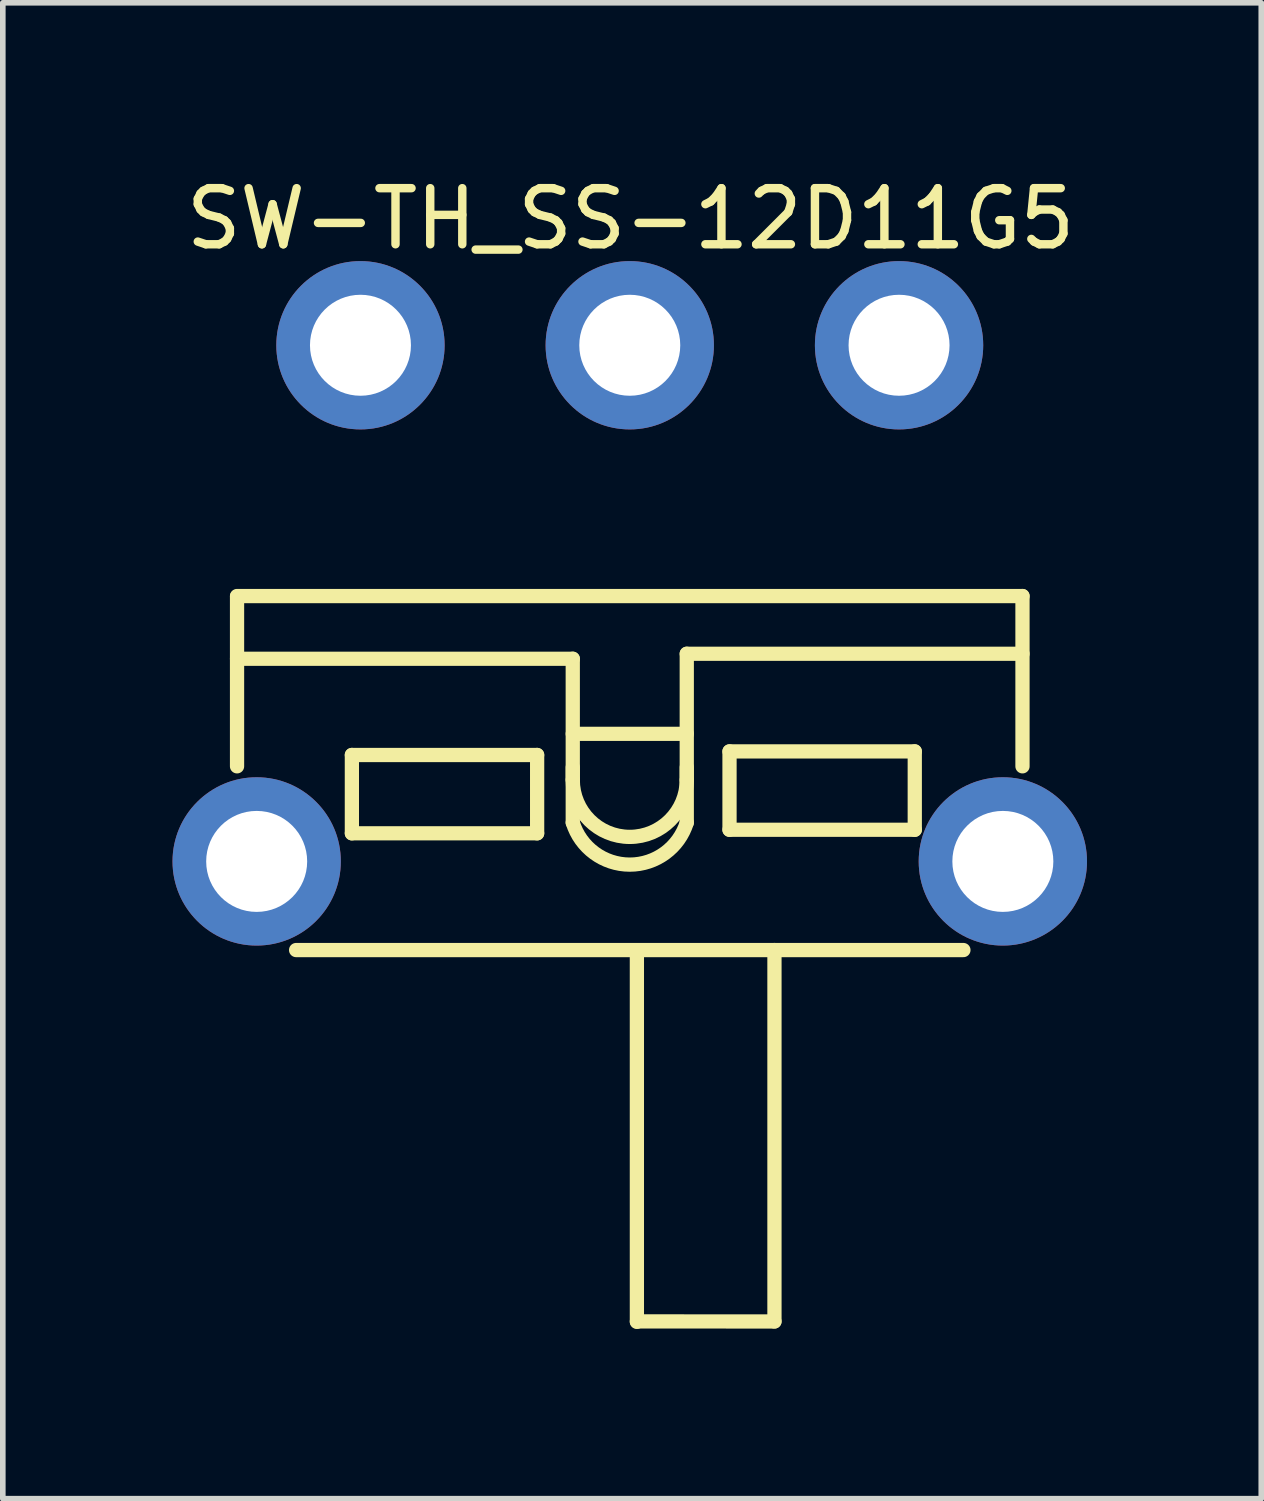
<source format=kicad_pcb>
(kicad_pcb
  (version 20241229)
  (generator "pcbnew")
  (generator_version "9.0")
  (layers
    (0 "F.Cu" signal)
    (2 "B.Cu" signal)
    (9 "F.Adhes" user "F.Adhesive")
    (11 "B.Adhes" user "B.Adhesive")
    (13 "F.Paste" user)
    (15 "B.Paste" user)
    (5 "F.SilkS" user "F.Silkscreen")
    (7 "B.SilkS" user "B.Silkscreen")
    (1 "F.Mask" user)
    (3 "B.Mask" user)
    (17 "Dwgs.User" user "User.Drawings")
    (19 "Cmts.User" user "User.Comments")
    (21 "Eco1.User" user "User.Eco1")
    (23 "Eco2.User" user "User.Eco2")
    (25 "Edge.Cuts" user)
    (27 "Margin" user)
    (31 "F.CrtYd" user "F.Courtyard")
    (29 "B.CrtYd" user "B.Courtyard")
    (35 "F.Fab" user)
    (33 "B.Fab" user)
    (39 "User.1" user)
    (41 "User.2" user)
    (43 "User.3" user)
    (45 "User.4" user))
  (footprint "SW-TH_SS-12D11G5"
    (layer "F.Cu")
    (at 8.175 7.704)
    (property "Reference" "SW-TH_SS-12D11G5" (at 0.015 -6.855 0) (layer "F.SilkS") (effects (font (size 1 1) (thickness 0.15))))
    (fp_line (start -7 -0.13) (end 7 -0.13) (stroke (width 0.254) (type default)) (layer "F.SilkS"))
    (fp_line (start -7 2.905) (end -7 -0.12) (stroke (width 0.254) (type default)) (layer "F.SilkS"))
    (fp_line (start -4.953 2.703) (end -1.651 2.703) (stroke (width 0.254) (type default)) (layer "F.SilkS"))
    (fp_line (start -4.953 4.099) (end -4.953 2.703) (stroke (width 0.254) (type default)) (layer "F.SilkS"))
    (fp_line (start -1.651 2.703) (end -1.651 4.099) (stroke (width 0.254) (type default)) (layer "F.SilkS"))
    (fp_line (start -1.651 4.099) (end -4.953 4.099) (stroke (width 0.254) (type default)) (layer "F.SilkS"))
    (fp_line (start -1.016 0.988) (end -7 0.988) (stroke (width 0.254) (type default)) (layer "F.SilkS"))
    (fp_line (start -1.016 2.924) (end -1.016 3.909) (stroke (width 0.254) (type default)) (layer "F.SilkS"))
    (fp_line (start -1.016 3.147) (end -1.016 0.988) (stroke (width 0.254) (type default)) (layer "F.SilkS"))
    (fp_line (start 0.127 6.187) (end 0.127 12.807) (stroke (width 0.254) (type default)) (layer "F.SilkS"))
    (fp_line (start 1.016 0.899) (end 1.016 3.147) (stroke (width 0.254) (type default)) (layer "F.SilkS"))
    (fp_line (start 1.016 2.326) (end -1.016 2.326) (stroke (width 0.254) (type default)) (layer "F.SilkS"))
    (fp_line (start 1.016 2.923) (end 1.016 3.909) (stroke (width 0.254) (type default)) (layer "F.SilkS"))
    (fp_line (start 1.778 2.639) (end 5.08 2.639) (stroke (width 0.254) (type default)) (layer "F.SilkS"))
    (fp_line (start 1.778 4.036) (end 1.778 2.639) (stroke (width 0.254) (type default)) (layer "F.SilkS"))
    (fp_line (start 2.579 6.18) (end 2.579 12.8) (stroke (width 0.254) (type default)) (layer "F.SilkS"))
    (fp_line (start 2.579 12.8) (end 0.127 12.799) (stroke (width 0.254) (type default)) (layer "F.SilkS"))
    (fp_line (start 5.08 2.639) (end 5.08 4.036) (stroke (width 0.254) (type default)) (layer "F.SilkS"))
    (fp_line (start 5.08 4.036) (end 1.778 4.036) (stroke (width 0.254) (type default)) (layer "F.SilkS"))
    (fp_line (start 5.947 6.18) (end -5.947 6.18) (stroke (width 0.254) (type default)) (layer "F.SilkS"))
    (fp_line (start 7 -0.13) (end 7 2.905) (stroke (width 0.254) (type default)) (layer "F.SilkS"))
    (fp_line (start 7 0.899) (end 1.016 0.899) (stroke (width 0.254) (type default)) (layer "F.SilkS"))
    (fp_arc (start 1.016 3.147) (mid 0 4.163) (end -1.016 3.147) (stroke (width 0.254) (type default)) (layer "F.SilkS"))
    (fp_arc (start 1.016 3.909) (mid 0 4.657359) (end -1.016 3.909) (stroke (width 0.254) (type default)) (layer "F.SilkS"))
    (fp_poly (pts (xy -5.854 4.522) (xy -5.884 4.368) (xy -5.944 4.223) (xy -6.032 4.092) (xy -6.142 3.982) (xy -6.273 3.894) (xy -6.418 3.834) (xy -6.572 3.804) (xy -6.728 3.804) (xy -6.882 3.834) (xy -7.027 3.894) (xy -7.158 3.982) (xy -7.268 4.092) (xy -7.356 4.223) (xy -7.416 4.368) (xy -7.446 4.522) (xy -7.446 4.678) (xy -7.416 4.832) (xy -7.356 4.977) (xy -7.268 5.108) (xy -7.158 5.218) (xy -7.027 5.306) (xy -6.882 5.366) (xy -6.728 5.396) (xy -6.572 5.396) (xy -6.418 5.366) (xy -6.273 5.306) (xy -6.142 5.218) (xy -6.032 5.108) (xy -5.944 4.977) (xy -5.884 4.832) (xy -5.854 4.678)) (stroke (width 0.1) (type default)) (fill no) (layer "User.1"))
    (fp_poly (pts (xy -4.004 -4.678) (xy -4.034 -4.832) (xy -4.094 -4.977) (xy -4.182 -5.108) (xy -4.292 -5.218) (xy -4.423 -5.306) (xy -4.568 -5.366) (xy -4.722 -5.396) (xy -4.878 -5.396) (xy -5.032 -5.366) (xy -5.177 -5.306) (xy -5.308 -5.218) (xy -5.418 -5.108) (xy -5.506 -4.977) (xy -5.566 -4.832) (xy -5.596 -4.678) (xy -5.596 -4.522) (xy -5.566 -4.368) (xy -5.506 -4.223) (xy -5.418 -4.092) (xy -5.308 -3.982) (xy -5.177 -3.894) (xy -5.032 -3.834) (xy -4.878 -3.804) (xy -4.722 -3.804) (xy -4.568 -3.834) (xy -4.423 -3.894) (xy -4.292 -3.982) (xy -4.182 -4.092) (xy -4.094 -4.223) (xy -4.034 -4.368) (xy -4.004 -4.522)) (stroke (width 0.1) (type default)) (fill no) (layer "User.1"))
    (fp_poly (pts (xy 0.796 -4.678) (xy 0.766 -4.832) (xy 0.706 -4.977) (xy 0.618 -5.108) (xy 0.508 -5.218) (xy 0.377 -5.306) (xy 0.232 -5.366) (xy 0.078 -5.396) (xy -0.078 -5.396) (xy -0.232 -5.366) (xy -0.377 -5.306) (xy -0.508 -5.218) (xy -0.618 -5.108) (xy -0.706 -4.977) (xy -0.766 -4.832) (xy -0.796 -4.678) (xy -0.796 -4.522) (xy -0.766 -4.368) (xy -0.706 -4.223) (xy -0.618 -4.092) (xy -0.508 -3.982) (xy -0.377 -3.894) (xy -0.232 -3.834) (xy -0.078 -3.804) (xy 0.078 -3.804) (xy 0.232 -3.834) (xy 0.377 -3.894) (xy 0.508 -3.982) (xy 0.618 -4.092) (xy 0.706 -4.223) (xy 0.766 -4.368) (xy 0.796 -4.522)) (stroke (width 0.1) (type default)) (fill no) (layer "User.1"))
    (fp_poly (pts (xy 5.596 -4.678) (xy 5.566 -4.832) (xy 5.506 -4.977) (xy 5.418 -5.108) (xy 5.308 -5.218) (xy 5.177 -5.306) (xy 5.032 -5.366) (xy 4.878 -5.396) (xy 4.722 -5.396) (xy 4.568 -5.366) (xy 4.423 -5.306) (xy 4.292 -5.218) (xy 4.182 -5.108) (xy 4.094 -4.977) (xy 4.034 -4.832) (xy 4.004 -4.678) (xy 4.004 -4.522) (xy 4.034 -4.368) (xy 4.094 -4.223) (xy 4.182 -4.092) (xy 4.292 -3.982) (xy 4.423 -3.894) (xy 4.568 -3.834) (xy 4.722 -3.804) (xy 4.878 -3.804) (xy 5.032 -3.834) (xy 5.177 -3.894) (xy 5.308 -3.982) (xy 5.418 -4.092) (xy 5.506 -4.223) (xy 5.566 -4.368) (xy 5.596 -4.522)) (stroke (width 0.1) (type default)) (fill no) (layer "User.1"))
    (fp_poly (pts (xy 7.446 4.522) (xy 7.416 4.368) (xy 7.356 4.223) (xy 7.268 4.092) (xy 7.158 3.982) (xy 7.027 3.894) (xy 6.882 3.834) (xy 6.728 3.804) (xy 6.572 3.804) (xy 6.418 3.834) (xy 6.273 3.894) (xy 6.142 3.982) (xy 6.032 4.092) (xy 5.944 4.223) (xy 5.884 4.368) (xy 5.854 4.522) (xy 5.854 4.678) (xy 5.884 4.832) (xy 5.944 4.977) (xy 6.032 5.108) (xy 6.142 5.218) (xy 6.273 5.306) (xy 6.418 5.366) (xy 6.572 5.396) (xy 6.728 5.396) (xy 6.882 5.366) (xy 7.027 5.306) (xy 7.158 5.218) (xy 7.268 5.108) (xy 7.356 4.977) (xy 7.416 4.832) (xy 7.446 4.678)) (stroke (width 0.1) (type default)) (fill no) (layer "User.1"))
    (fp_line (start -8.15 -6.1) (end 8.15 -6.1) (stroke (width 0.051) (type default)) (layer "User.2"))
    (fp_line (start -8.15 12.934) (end -8.15 -6.1) (stroke (width 0.051) (type default)) (layer "User.2"))
    (fp_line (start 8.15 -6.1) (end 8.15 12.934) (stroke (width 0.051) (type default)) (layer "User.2"))
    (fp_line (start 8.15 12.934) (end -8.15 12.934) (stroke (width 0.051) (type default)) (layer "User.2"))
    (fp_poly (pts (xy 8.205 -6.123) (xy 8.173 -6.155) (xy 8.127 -6.155) (xy 8.095 -6.123) (xy 8.095 -6.077) (xy 8.127 -6.045) (xy 8.173 -6.045) (xy 8.205 -6.077)) (stroke (width 0.1) (type default)) (fill no) (layer "User.3"))
    (pad "1" thru_hole circle (at 4.8 -4.6 180) (size 3 3) (drill 1.8) (layers "*.Cu" "*.Mask"))
    (pad "2" thru_hole circle (at 0 -4.6 180) (size 3 3) (drill 1.8) (layers "*.Cu" "*.Mask"))
    (pad "3" thru_hole circle (at -4.8 -4.6 180) (size 3 3) (drill 1.8) (layers "*.Cu" "*.Mask"))
    (pad "4" thru_hole circle (at -6.65 4.6 180) (size 3 3) (drill 1.8) (layers "*.Cu" "*.Mask"))
    (pad "5" thru_hole circle (at 6.65 4.6 180) (size 3 3) (drill 1.8) (layers "*.Cu" "*.Mask")))
  (gr_rect
    (start -3 -3)
    (end 19.431 23.663)
    (stroke (width 0.1) (type default))
    (fill no)
    (layer "Edge.Cuts")))
</source>
